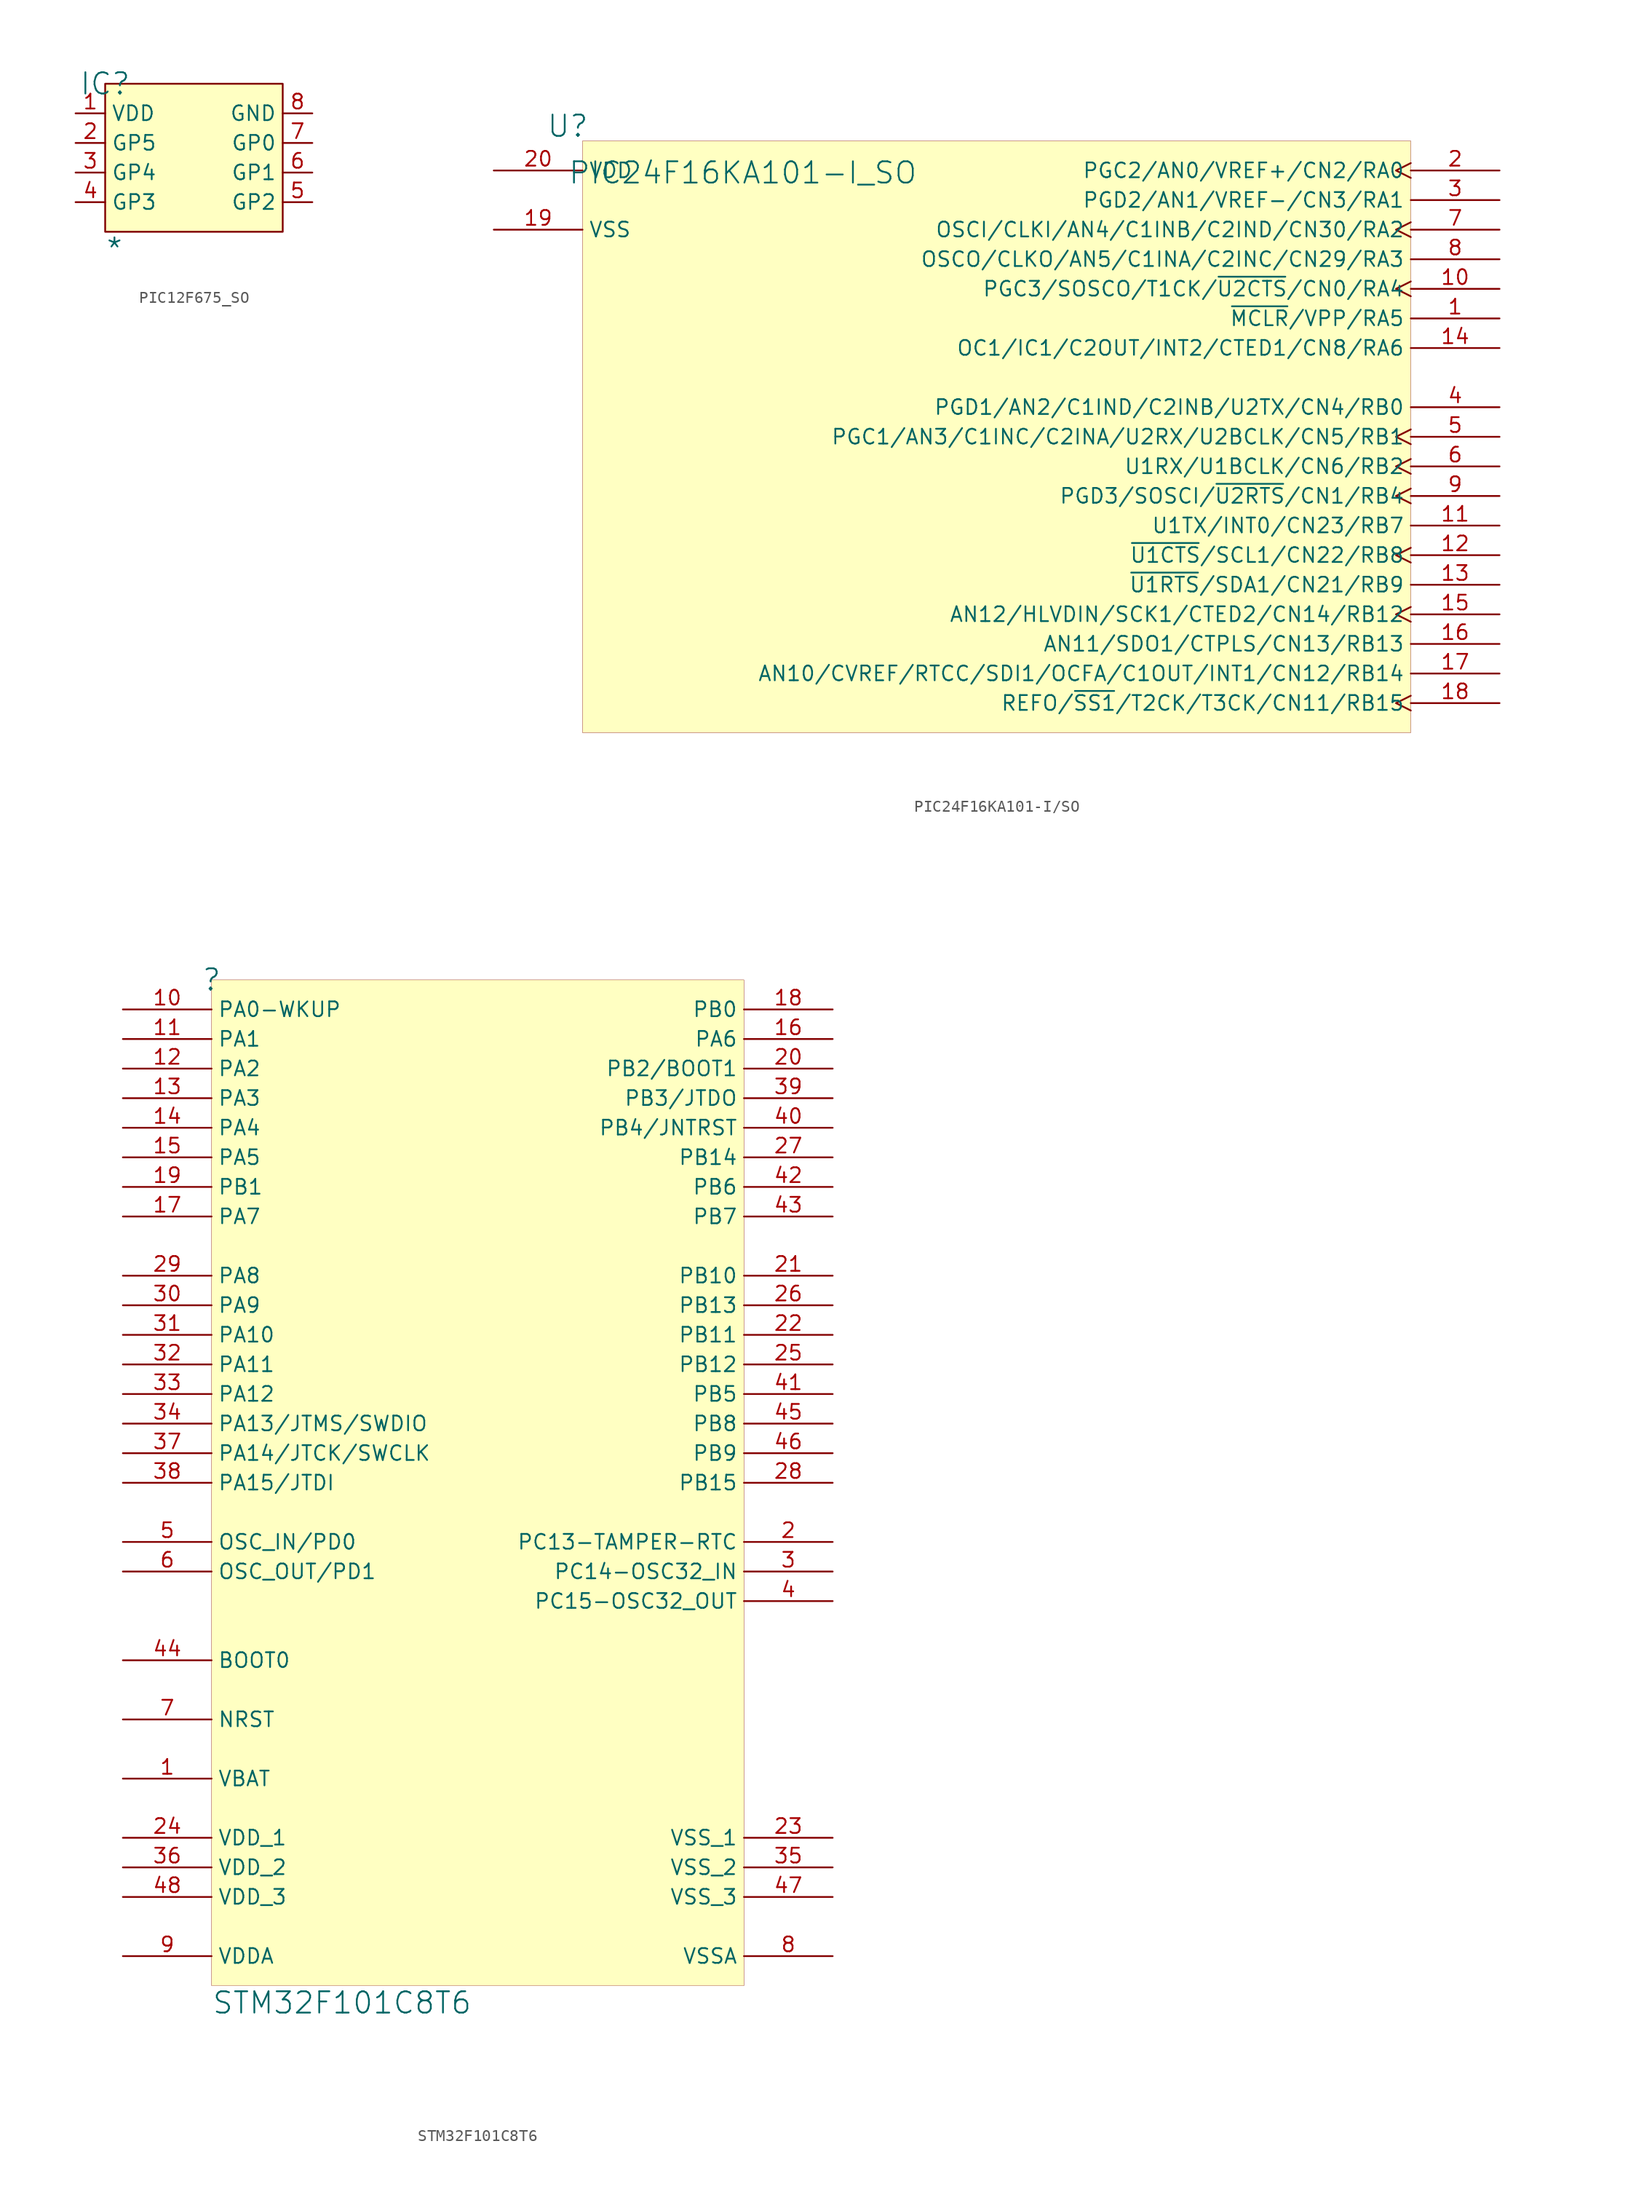
<source format=kicad_sym>
(kicad_symbol_lib
  (version 20241209)
  (generator "kicad_symbol_editor")
  (generator_version "9.0")
  (symbol "PIC12F675_SO"
    (property "Reference" "IC"
      (at 0 0 0)
      (effects (font (size 1.829 1.829))))
    (property "Value" "*"
      (at 0 -15.24 0)
      (effects (font (size 1.829 1.829)) (justify left bottom)))
    (symbol "PIC12F675_SO_1_0"
      (rectangle (start 15.24 0) (end 0 -12.7) (stroke (width 0) (type solid) (color 128 0 0 1)) (fill (type background)))
      (pin passive line (at -2.54 -2.54 0) (length 2.54) (name "VDD" (effects (font (size 1.27 1.27)))) (number "1" (effects (font (size 1.27 1.27)))))
      (pin passive line (at -2.54 -5.08 0) (length 2.54) (name "GP5" (effects (font (size 1.27 1.27)))) (number "2" (effects (font (size 1.27 1.27)))))
      (pin passive line (at -2.54 -7.62 0) (length 2.54) (name "GP4" (effects (font (size 1.27 1.27)))) (number "3" (effects (font (size 1.27 1.27)))))
      (pin passive line (at -2.54 -10.16 0) (length 2.54) (name "GP3" (effects (font (size 1.27 1.27)))) (number "4" (effects (font (size 1.27 1.27)))))
      (pin passive line (at 17.78 -2.54 180) (length 2.54) (name "GND" (effects (font (size 1.27 1.27)))) (number "8" (effects (font (size 1.27 1.27)))))
      (pin passive line (at 17.78 -5.08 180) (length 2.54) (name "GP0" (effects (font (size 1.27 1.27)))) (number "7" (effects (font (size 1.27 1.27)))))
      (pin passive line (at 17.78 -7.62 180) (length 2.54) (name "GP1" (effects (font (size 1.27 1.27)))) (number "6" (effects (font (size 1.27 1.27)))))
      (pin passive line (at 17.78 -10.16 180) (length 2.54) (name "GP2" (effects (font (size 1.27 1.27)))) (number "5" (effects (font (size 1.27 1.27)))))))
  (symbol "PIC24F16KA101-I/SO"
    (property "Reference" "U"
      (at -1.27 1.27 0)
      (effects (font (size 1.829 1.829))))
    (property "Value" "PIC24F16KA101-I_SO"
      (at -1.27 -3.81 0)
      (effects (font (size 1.829 1.829)) (justify left bottom)))
    (symbol "PIC24F16KA101-I/SO_1_0"
      (rectangle (start 71.12 0) (end 0 -50.8) (stroke (width 0.025) (type solid) (color 128 0 0 1)) (fill (type background)))
      (pin power_in line (at -7.62 -2.54 0) (length 7.62) (name "VDD" (effects (font (size 1.27 1.27)))) (number "20" (effects (font (size 1.27 1.27)))))
      (pin power_in line (at -7.62 -7.62 0) (length 7.62) (name "VSS" (effects (font (size 1.27 1.27)))) (number "19" (effects (font (size 1.27 1.27)))))
      (pin bidirectional clock (at 78.74 -2.54 180) (length 7.62) (name "PGC2/AN0/VREF+/CN2/RA0" (effects (font (size 1.27 1.27)))) (number "2" (effects (font (size 1.27 1.27)))))
      (pin bidirectional line (at 78.74 -5.08 180) (length 7.62) (name "PGD2/AN1/VREF-/CN3/RA1" (effects (font (size 1.27 1.27)))) (number "3" (effects (font (size 1.27 1.27)))))
      (pin bidirectional clock (at 78.74 -7.62 180) (length 7.62) (name "OSCI/CLKI/AN4/C1INB/C2IND/CN30/RA2" (effects (font (size 1.27 1.27)))) (number "7" (effects (font (size 1.27 1.27)))))
      (pin bidirectional line (at 78.74 -10.16 180) (length 7.62) (name "OSCO/CLKO/AN5/C1INA/C2INC/CN29/RA3" (effects (font (size 1.27 1.27)))) (number "8" (effects (font (size 1.27 1.27)))))
      (pin bidirectional clock (at 78.74 -12.7 180) (length 7.62) (name "PGC3/SOSCO/T1CK/~{U2CTS}/CN0/RA4" (effects (font (size 1.27 1.27)))) (number "10" (effects (font (size 1.27 1.27)))))
      (pin bidirectional line (at 78.74 -15.24 180) (length 7.62) (name "~{MCLR}/VPP/RA5" (effects (font (size 1.27 1.27)))) (number "1" (effects (font (size 1.27 1.27)))))
      (pin bidirectional line (at 78.74 -17.78 180) (length 7.62) (name "OC1/IC1/C2OUT/INT2/CTED1/CN8/RA6" (effects (font (size 1.27 1.27)))) (number "14" (effects (font (size 1.27 1.27)))))
      (pin bidirectional line (at 78.74 -22.86 180) (length 7.62) (name "PGD1/AN2/C1IND/C2INB/U2TX/CN4/RB0" (effects (font (size 1.27 1.27)))) (number "4" (effects (font (size 1.27 1.27)))))
      (pin bidirectional clock (at 78.74 -25.4 180) (length 7.62) (name "PGC1/AN3/C1INC/C2INA/U2RX/U2BCLK/CN5/RB1" (effects (font (size 1.27 1.27)))) (number "5" (effects (font (size 1.27 1.27)))))
      (pin bidirectional clock (at 78.74 -27.94 180) (length 7.62) (name "U1RX/U1BCLK/CN6/RB2" (effects (font (size 1.27 1.27)))) (number "6" (effects (font (size 1.27 1.27)))))
      (pin bidirectional clock (at 78.74 -30.48 180) (length 7.62) (name "PGD3/SOSCI/~{U2RTS}/CN1/RB4" (effects (font (size 1.27 1.27)))) (number "9" (effects (font (size 1.27 1.27)))))
      (pin bidirectional line (at 78.74 -33.02 180) (length 7.62) (name "U1TX/INT0/CN23/RB7" (effects (font (size 1.27 1.27)))) (number "11" (effects (font (size 1.27 1.27)))))
      (pin bidirectional clock (at 78.74 -35.56 180) (length 7.62) (name "~{U1CTS}/SCL1/CN22/RB8" (effects (font (size 1.27 1.27)))) (number "12" (effects (font (size 1.27 1.27)))))
      (pin bidirectional line (at 78.74 -38.1 180) (length 7.62) (name "~{U1RTS}/SDA1/CN21/RB9" (effects (font (size 1.27 1.27)))) (number "13" (effects (font (size 1.27 1.27)))))
      (pin bidirectional clock (at 78.74 -40.64 180) (length 7.62) (name "AN12/HLVDIN/SCK1/CTED2/CN14/RB12" (effects (font (size 1.27 1.27)))) (number "15" (effects (font (size 1.27 1.27)))))
      (pin bidirectional line (at 78.74 -43.18 180) (length 7.62) (name "AN11/SDO1/CTPLS/CN13/RB13" (effects (font (size 1.27 1.27)))) (number "16" (effects (font (size 1.27 1.27)))))
      (pin bidirectional line (at 78.74 -45.72 180) (length 7.62) (name "AN10/CVREF/RTCC/SDI1/OCFA/C1OUT/INT1/CN12/RB14" (effects (font (size 1.27 1.27)))) (number "17" (effects (font (size 1.27 1.27)))))
      (pin bidirectional clock (at 78.74 -48.26 180) (length 7.62) (name "REFO/~{SS1}/T2CK/T3CK/CN11/RB15" (effects (font (size 1.27 1.27)))) (number "18" (effects (font (size 1.27 1.27)))))))
  (symbol "STM32F101C8T6"
    (property "Reference" ""
      (at 0 0 0)
      (effects (font (size 1.829 1.829))))
    (property "Value" "STM32F101C8T6"
      (at 0 -88.9 0)
      (effects (font (size 1.829 1.829)) (justify left bottom)))
    (symbol "STM32F101C8T6_1_0"
      (rectangle (start 45.72 0) (end 0 -86.36) (stroke (width 0.025) (type solid) (color 128 0 0 1)) (fill (type background)))
      (pin bidirectional line (at -7.62 -2.54 0) (length 7.62) (name "PA0-WKUP" (effects (font (size 1.27 1.27)))) (number "10" (effects (font (size 1.27 1.27)))))
      (pin bidirectional line (at -7.62 -5.08 0) (length 7.62) (name "PA1" (effects (font (size 1.27 1.27)))) (number "11" (effects (font (size 1.27 1.27)))))
      (pin output line (at -7.62 -7.62 0) (length 7.62) (name "PA2" (effects (font (size 1.27 1.27)))) (number "12" (effects (font (size 1.27 1.27)))))
      (pin input line (at -7.62 -10.16 0) (length 7.62) (name "PA3" (effects (font (size 1.27 1.27)))) (number "13" (effects (font (size 1.27 1.27)))))
      (pin bidirectional line (at -7.62 -12.7 0) (length 7.62) (name "PA4" (effects (font (size 1.27 1.27)))) (number "14" (effects (font (size 1.27 1.27)))))
      (pin bidirectional line (at -7.62 -15.24 0) (length 7.62) (name "PA5" (effects (font (size 1.27 1.27)))) (number "15" (effects (font (size 1.27 1.27)))))
      (pin bidirectional line (at -7.62 -17.78 0) (length 7.62) (name "PB1" (effects (font (size 1.27 1.27)))) (number "19" (effects (font (size 1.27 1.27)))))
      (pin bidirectional line (at -7.62 -20.32 0) (length 7.62) (name "PA7" (effects (font (size 1.27 1.27)))) (number "17" (effects (font (size 1.27 1.27)))))
      (pin bidirectional line (at -7.62 -25.4 0) (length 7.62) (name "PA8" (effects (font (size 1.27 1.27)))) (number "29" (effects (font (size 1.27 1.27)))))
      (pin output line (at -7.62 -27.94 0) (length 7.62) (name "PA9" (effects (font (size 1.27 1.27)))) (number "30" (effects (font (size 1.27 1.27)))))
      (pin input line (at -7.62 -30.48 0) (length 7.62) (name "PA10" (effects (font (size 1.27 1.27)))) (number "31" (effects (font (size 1.27 1.27)))))
      (pin bidirectional line (at -7.62 -33.02 0) (length 7.62) (name "PA11" (effects (font (size 1.27 1.27)))) (number "32" (effects (font (size 1.27 1.27)))))
      (pin bidirectional line (at -7.62 -35.56 0) (length 7.62) (name "PA12" (effects (font (size 1.27 1.27)))) (number "33" (effects (font (size 1.27 1.27)))))
      (pin bidirectional line (at -7.62 -38.1 0) (length 7.62) (name "PA13/JTMS/SWDIO" (effects (font (size 1.27 1.27)))) (number "34" (effects (font (size 1.27 1.27)))))
      (pin bidirectional line (at -7.62 -40.64 0) (length 7.62) (name "PA14/JTCK/SWCLK" (effects (font (size 1.27 1.27)))) (number "37" (effects (font (size 1.27 1.27)))))
      (pin bidirectional line (at -7.62 -43.18 0) (length 7.62) (name "PA15/JTDI" (effects (font (size 1.27 1.27)))) (number "38" (effects (font (size 1.27 1.27)))))
      (pin input line (at -7.62 -48.26 0) (length 7.62) (name "OSC_IN/PD0" (effects (font (size 1.27 1.27)))) (number "5" (effects (font (size 1.27 1.27)))))
      (pin output line (at -7.62 -50.8 0) (length 7.62) (name "OSC_OUT/PD1" (effects (font (size 1.27 1.27)))) (number "6" (effects (font (size 1.27 1.27)))))
      (pin input line (at -7.62 -58.42 0) (length 7.62) (name "BOOT0" (effects (font (size 1.27 1.27)))) (number "44" (effects (font (size 1.27 1.27)))))
      (pin bidirectional line (at -7.62 -63.5 0) (length 7.62) (name "NRST" (effects (font (size 1.27 1.27)))) (number "7" (effects (font (size 1.27 1.27)))))
      (pin power_in line (at -7.62 -68.58 0) (length 7.62) (name "VBAT" (effects (font (size 1.27 1.27)))) (number "1" (effects (font (size 1.27 1.27)))))
      (pin power_in line (at -7.62 -73.66 0) (length 7.62) (name "VDD_1" (effects (font (size 1.27 1.27)))) (number "24" (effects (font (size 1.27 1.27)))))
      (pin power_in line (at -7.62 -76.2 0) (length 7.62) (name "VDD_2" (effects (font (size 1.27 1.27)))) (number "36" (effects (font (size 1.27 1.27)))))
      (pin power_in line (at -7.62 -78.74 0) (length 7.62) (name "VDD_3" (effects (font (size 1.27 1.27)))) (number "48" (effects (font (size 1.27 1.27)))))
      (pin power_in line (at -7.62 -83.82 0) (length 7.62) (name "VDDA" (effects (font (size 1.27 1.27)))) (number "9" (effects (font (size 1.27 1.27)))))
      (pin bidirectional line (at 53.34 -2.54 180) (length 7.62) (name "PB0" (effects (font (size 1.27 1.27)))) (number "18" (effects (font (size 1.27 1.27)))))
      (pin bidirectional line (at 53.34 -5.08 180) (length 7.62) (name "PA6" (effects (font (size 1.27 1.27)))) (number "16" (effects (font (size 1.27 1.27)))))
      (pin bidirectional line (at 53.34 -7.62 180) (length 7.62) (name "PB2/BOOT1" (effects (font (size 1.27 1.27)))) (number "20" (effects (font (size 1.27 1.27)))))
      (pin bidirectional line (at 53.34 -10.16 180) (length 7.62) (name "PB3/JTDO" (effects (font (size 1.27 1.27)))) (number "39" (effects (font (size 1.27 1.27)))))
      (pin bidirectional line (at 53.34 -12.7 180) (length 7.62) (name "PB4/JNTRST" (effects (font (size 1.27 1.27)))) (number "40" (effects (font (size 1.27 1.27)))))
      (pin bidirectional line (at 53.34 -15.24 180) (length 7.62) (name "PB14" (effects (font (size 1.27 1.27)))) (number "27" (effects (font (size 1.27 1.27)))))
      (pin output line (at 53.34 -17.78 180) (length 7.62) (name "PB6" (effects (font (size 1.27 1.27)))) (number "42" (effects (font (size 1.27 1.27)))))
      (pin input line (at 53.34 -20.32 180) (length 7.62) (name "PB7" (effects (font (size 1.27 1.27)))) (number "43" (effects (font (size 1.27 1.27)))))
      (pin bidirectional line (at 53.34 -25.4 180) (length 7.62) (name "PB10" (effects (font (size 1.27 1.27)))) (number "21" (effects (font (size 1.27 1.27)))))
      (pin bidirectional line (at 53.34 -27.94 180) (length 7.62) (name "PB13" (effects (font (size 1.27 1.27)))) (number "26" (effects (font (size 1.27 1.27)))))
      (pin bidirectional line (at 53.34 -30.48 180) (length 7.62) (name "PB11" (effects (font (size 1.27 1.27)))) (number "22" (effects (font (size 1.27 1.27)))))
      (pin bidirectional line (at 53.34 -33.02 180) (length 7.62) (name "PB12" (effects (font (size 1.27 1.27)))) (number "25" (effects (font (size 1.27 1.27)))))
      (pin bidirectional line (at 53.34 -35.56 180) (length 7.62) (name "PB5" (effects (font (size 1.27 1.27)))) (number "41" (effects (font (size 1.27 1.27)))))
      (pin bidirectional line (at 53.34 -38.1 180) (length 7.62) (name "PB8" (effects (font (size 1.27 1.27)))) (number "45" (effects (font (size 1.27 1.27)))))
      (pin bidirectional line (at 53.34 -40.64 180) (length 7.62) (name "PB9" (effects (font (size 1.27 1.27)))) (number "46" (effects (font (size 1.27 1.27)))))
      (pin bidirectional line (at 53.34 -43.18 180) (length 7.62) (name "PB15" (effects (font (size 1.27 1.27)))) (number "28" (effects (font (size 1.27 1.27)))))
      (pin bidirectional line (at 53.34 -48.26 180) (length 7.62) (name "PC13-TAMPER-RTC" (effects (font (size 1.27 1.27)))) (number "2" (effects (font (size 1.27 1.27)))))
      (pin bidirectional line (at 53.34 -50.8 180) (length 7.62) (name "PC14-OSC32_IN" (effects (font (size 1.27 1.27)))) (number "3" (effects (font (size 1.27 1.27)))))
      (pin bidirectional line (at 53.34 -53.34 180) (length 7.62) (name "PC15-OSC32_OUT" (effects (font (size 1.27 1.27)))) (number "4" (effects (font (size 1.27 1.27)))))
      (pin power_in line (at 53.34 -73.66 180) (length 7.62) (name "VSS_1" (effects (font (size 1.27 1.27)))) (number "23" (effects (font (size 1.27 1.27)))))
      (pin power_in line (at 53.34 -76.2 180) (length 7.62) (name "VSS_2" (effects (font (size 1.27 1.27)))) (number "35" (effects (font (size 1.27 1.27)))))
      (pin power_in line (at 53.34 -78.74 180) (length 7.62) (name "VSS_3" (effects (font (size 1.27 1.27)))) (number "47" (effects (font (size 1.27 1.27)))))
      (pin power_in line (at 53.34 -83.82 180) (length 7.62) (name "VSSA" (effects (font (size 1.27 1.27)))) (number "8" (effects (font (size 1.27 1.27))))))))
</source>
